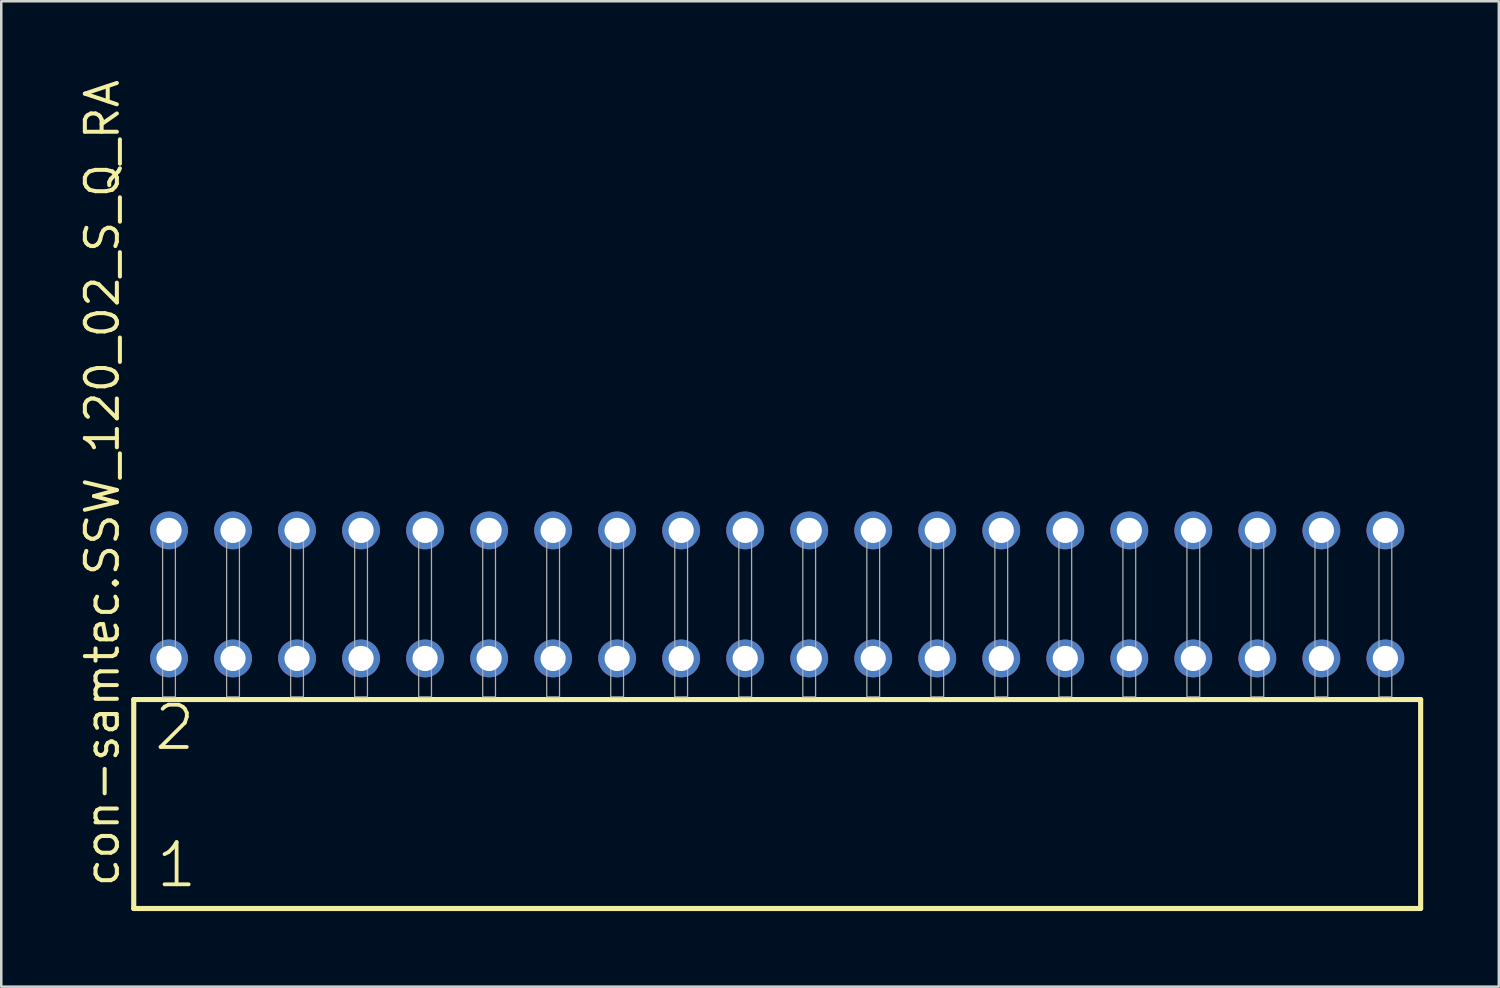
<source format=kicad_pcb>
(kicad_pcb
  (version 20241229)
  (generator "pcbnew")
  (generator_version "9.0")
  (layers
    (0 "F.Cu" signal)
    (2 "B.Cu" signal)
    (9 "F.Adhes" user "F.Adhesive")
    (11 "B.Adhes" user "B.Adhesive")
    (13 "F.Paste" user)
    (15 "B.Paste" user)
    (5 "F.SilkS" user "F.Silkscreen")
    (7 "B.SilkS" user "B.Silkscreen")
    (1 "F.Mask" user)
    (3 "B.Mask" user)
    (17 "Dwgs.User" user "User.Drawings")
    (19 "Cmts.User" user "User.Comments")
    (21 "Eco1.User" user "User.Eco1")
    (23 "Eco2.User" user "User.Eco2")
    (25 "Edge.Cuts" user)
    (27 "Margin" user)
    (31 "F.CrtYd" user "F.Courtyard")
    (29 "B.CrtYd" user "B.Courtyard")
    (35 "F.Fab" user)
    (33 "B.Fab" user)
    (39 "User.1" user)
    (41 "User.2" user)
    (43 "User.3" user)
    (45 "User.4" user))
  (footprint "con-samtec.SSW_120_02_S_Q_RA"
    (layer "F.Cu")
    (at 27.785 24.598)
    (property "Reference" "con-samtec.SSW_120_02_S_Q_RA" (at -26.035 7.62 90) (layer "F.SilkS") (effects (font (size 1.27 1.27) (thickness 0.16)) (justify left bottom)))
    (attr through_hole)
    (fp_line (start -25.529 0.106) (end -25.529 8.396) (stroke (width 0.203) (type default)) (layer "F.SilkS"))
    (fp_line (start -25.529 8.396) (end 25.529 8.396) (stroke (width 0.203) (type default)) (layer "F.SilkS"))
    (fp_line (start 25.529 0.106) (end -25.529 0.106) (stroke (width 0.203) (type default)) (layer "F.SilkS"))
    (fp_line (start 25.529 8.396) (end 25.529 0.106) (stroke (width 0.203) (type default)) (layer "F.SilkS"))
    (fp_rect (start -24.384 0) (end -23.876 -6.858) (stroke (width 0.05) (type default)) (fill no) (layer "F.Fab"))
    (fp_rect (start -21.844 0) (end -21.336 -6.858) (stroke (width 0.05) (type default)) (fill no) (layer "F.Fab"))
    (fp_rect (start -19.304 0) (end -18.796 -6.858) (stroke (width 0.05) (type default)) (fill no) (layer "F.Fab"))
    (fp_rect (start -16.764 0) (end -16.256 -6.858) (stroke (width 0.05) (type default)) (fill no) (layer "F.Fab"))
    (fp_rect (start -14.224 0) (end -13.716 -6.858) (stroke (width 0.05) (type default)) (fill no) (layer "F.Fab"))
    (fp_rect (start -11.684 0) (end -11.176 -6.858) (stroke (width 0.05) (type default)) (fill no) (layer "F.Fab"))
    (fp_rect (start -9.144 0) (end -8.636 -6.858) (stroke (width 0.05) (type default)) (fill no) (layer "F.Fab"))
    (fp_rect (start -6.604 0) (end -6.096 -6.858) (stroke (width 0.05) (type default)) (fill no) (layer "F.Fab"))
    (fp_rect (start -4.064 0) (end -3.556 -6.858) (stroke (width 0.05) (type default)) (fill no) (layer "F.Fab"))
    (fp_rect (start -1.524 0) (end -1.016 -6.858) (stroke (width 0.05) (type default)) (fill no) (layer "F.Fab"))
    (fp_rect (start 1.016 0) (end 1.524 -6.858) (stroke (width 0.05) (type default)) (fill no) (layer "F.Fab"))
    (fp_rect (start 3.556 0) (end 4.064 -6.858) (stroke (width 0.05) (type default)) (fill no) (layer "F.Fab"))
    (fp_rect (start 6.096 0) (end 6.604 -6.858) (stroke (width 0.05) (type default)) (fill no) (layer "F.Fab"))
    (fp_rect (start 8.636 0) (end 9.144 -6.858) (stroke (width 0.05) (type default)) (fill no) (layer "F.Fab"))
    (fp_rect (start 11.176 0) (end 11.684 -6.858) (stroke (width 0.05) (type default)) (fill no) (layer "F.Fab"))
    (fp_rect (start 13.716 0) (end 14.224 -6.858) (stroke (width 0.05) (type default)) (fill no) (layer "F.Fab"))
    (fp_rect (start 16.256 0) (end 16.764 -6.858) (stroke (width 0.05) (type default)) (fill no) (layer "F.Fab"))
    (fp_rect (start 18.796 0) (end 19.304 -6.858) (stroke (width 0.05) (type default)) (fill no) (layer "F.Fab"))
    (fp_rect (start 21.336 0) (end 21.844 -6.858) (stroke (width 0.05) (type default)) (fill no) (layer "F.Fab"))
    (fp_rect (start 23.876 0) (end 24.384 -6.858) (stroke (width 0.05) (type default)) (fill no) (layer "F.Fab"))
    (fp_text user "1" (at -24.725 7.65 0) (layer "F.SilkS") (effects (font (size 1.676 1.676) (thickness 0.15)) (justify left bottom)))
    (fp_text user "2" (at -24.8 2.2 0) (layer "F.SilkS") (effects (font (size 1.676 1.676) (thickness 0.15)) (justify left bottom)))
    (pad "1" thru_hole circle (at -24.13 -1.524) (size 1.5 1.5) (drill 1) (layers "*.Cu" "*.Mask"))
    (pad "2" thru_hole circle (at -24.13 -6.604) (size 1.5 1.5) (drill 1) (layers "*.Cu" "*.Mask"))
    (pad "3" thru_hole circle (at -21.59 -1.524) (size 1.5 1.5) (drill 1) (layers "*.Cu" "*.Mask"))
    (pad "4" thru_hole circle (at -21.59 -6.604) (size 1.5 1.5) (drill 1) (layers "*.Cu" "*.Mask"))
    (pad "5" thru_hole circle (at -19.05 -1.524) (size 1.5 1.5) (drill 1) (layers "*.Cu" "*.Mask"))
    (pad "6" thru_hole circle (at -19.05 -6.604) (size 1.5 1.5) (drill 1) (layers "*.Cu" "*.Mask"))
    (pad "7" thru_hole circle (at -16.51 -1.524) (size 1.5 1.5) (drill 1) (layers "*.Cu" "*.Mask"))
    (pad "8" thru_hole circle (at -16.51 -6.604) (size 1.5 1.5) (drill 1) (layers "*.Cu" "*.Mask"))
    (pad "9" thru_hole circle (at -13.97 -1.524) (size 1.5 1.5) (drill 1) (layers "*.Cu" "*.Mask"))
    (pad "10" thru_hole circle (at -13.97 -6.604) (size 1.5 1.5) (drill 1) (layers "*.Cu" "*.Mask"))
    (pad "11" thru_hole circle (at -11.43 -1.524) (size 1.5 1.5) (drill 1) (layers "*.Cu" "*.Mask"))
    (pad "12" thru_hole circle (at -11.43 -6.604) (size 1.5 1.5) (drill 1) (layers "*.Cu" "*.Mask"))
    (pad "13" thru_hole circle (at -8.89 -1.524) (size 1.5 1.5) (drill 1) (layers "*.Cu" "*.Mask"))
    (pad "14" thru_hole circle (at -8.89 -6.604) (size 1.5 1.5) (drill 1) (layers "*.Cu" "*.Mask"))
    (pad "15" thru_hole circle (at -6.35 -1.524) (size 1.5 1.5) (drill 1) (layers "*.Cu" "*.Mask"))
    (pad "16" thru_hole circle (at -6.35 -6.604) (size 1.5 1.5) (drill 1) (layers "*.Cu" "*.Mask"))
    (pad "17" thru_hole circle (at -3.81 -1.524) (size 1.5 1.5) (drill 1) (layers "*.Cu" "*.Mask"))
    (pad "18" thru_hole circle (at -3.81 -6.604) (size 1.5 1.5) (drill 1) (layers "*.Cu" "*.Mask"))
    (pad "19" thru_hole circle (at -1.27 -1.524) (size 1.5 1.5) (drill 1) (layers "*.Cu" "*.Mask"))
    (pad "20" thru_hole circle (at -1.27 -6.604) (size 1.5 1.5) (drill 1) (layers "*.Cu" "*.Mask"))
    (pad "21" thru_hole circle (at 1.27 -1.524) (size 1.5 1.5) (drill 1) (layers "*.Cu" "*.Mask"))
    (pad "22" thru_hole circle (at 1.27 -6.604) (size 1.5 1.5) (drill 1) (layers "*.Cu" "*.Mask"))
    (pad "23" thru_hole circle (at 3.81 -1.524) (size 1.5 1.5) (drill 1) (layers "*.Cu" "*.Mask"))
    (pad "24" thru_hole circle (at 3.81 -6.604) (size 1.5 1.5) (drill 1) (layers "*.Cu" "*.Mask"))
    (pad "25" thru_hole circle (at 6.35 -1.524) (size 1.5 1.5) (drill 1) (layers "*.Cu" "*.Mask"))
    (pad "26" thru_hole circle (at 6.35 -6.604) (size 1.5 1.5) (drill 1) (layers "*.Cu" "*.Mask"))
    (pad "27" thru_hole circle (at 8.89 -1.524) (size 1.5 1.5) (drill 1) (layers "*.Cu" "*.Mask"))
    (pad "28" thru_hole circle (at 8.89 -6.604) (size 1.5 1.5) (drill 1) (layers "*.Cu" "*.Mask"))
    (pad "29" thru_hole circle (at 11.43 -1.524) (size 1.5 1.5) (drill 1) (layers "*.Cu" "*.Mask"))
    (pad "30" thru_hole circle (at 11.43 -6.604) (size 1.5 1.5) (drill 1) (layers "*.Cu" "*.Mask"))
    (pad "31" thru_hole circle (at 13.97 -1.524) (size 1.5 1.5) (drill 1) (layers "*.Cu" "*.Mask"))
    (pad "32" thru_hole circle (at 13.97 -6.604) (size 1.5 1.5) (drill 1) (layers "*.Cu" "*.Mask"))
    (pad "33" thru_hole circle (at 16.51 -1.524) (size 1.5 1.5) (drill 1) (layers "*.Cu" "*.Mask"))
    (pad "34" thru_hole circle (at 16.51 -6.604) (size 1.5 1.5) (drill 1) (layers "*.Cu" "*.Mask"))
    (pad "35" thru_hole circle (at 19.05 -1.524) (size 1.5 1.5) (drill 1) (layers "*.Cu" "*.Mask"))
    (pad "36" thru_hole circle (at 19.05 -6.604) (size 1.5 1.5) (drill 1) (layers "*.Cu" "*.Mask"))
    (pad "37" thru_hole circle (at 21.59 -1.524) (size 1.5 1.5) (drill 1) (layers "*.Cu" "*.Mask"))
    (pad "38" thru_hole circle (at 21.59 -6.604) (size 1.5 1.5) (drill 1) (layers "*.Cu" "*.Mask"))
    (pad "39" thru_hole circle (at 24.13 -1.524) (size 1.5 1.5) (drill 1) (layers "*.Cu" "*.Mask"))
    (pad "40" thru_hole circle (at 24.13 -6.604) (size 1.5 1.5) (drill 1) (layers "*.Cu" "*.Mask")))
  (gr_rect
    (start -3 -3)
    (end 56.416 36.096)
    (stroke (width 0.1) (type default))
    (fill no)
    (layer "Edge.Cuts")))
</source>
